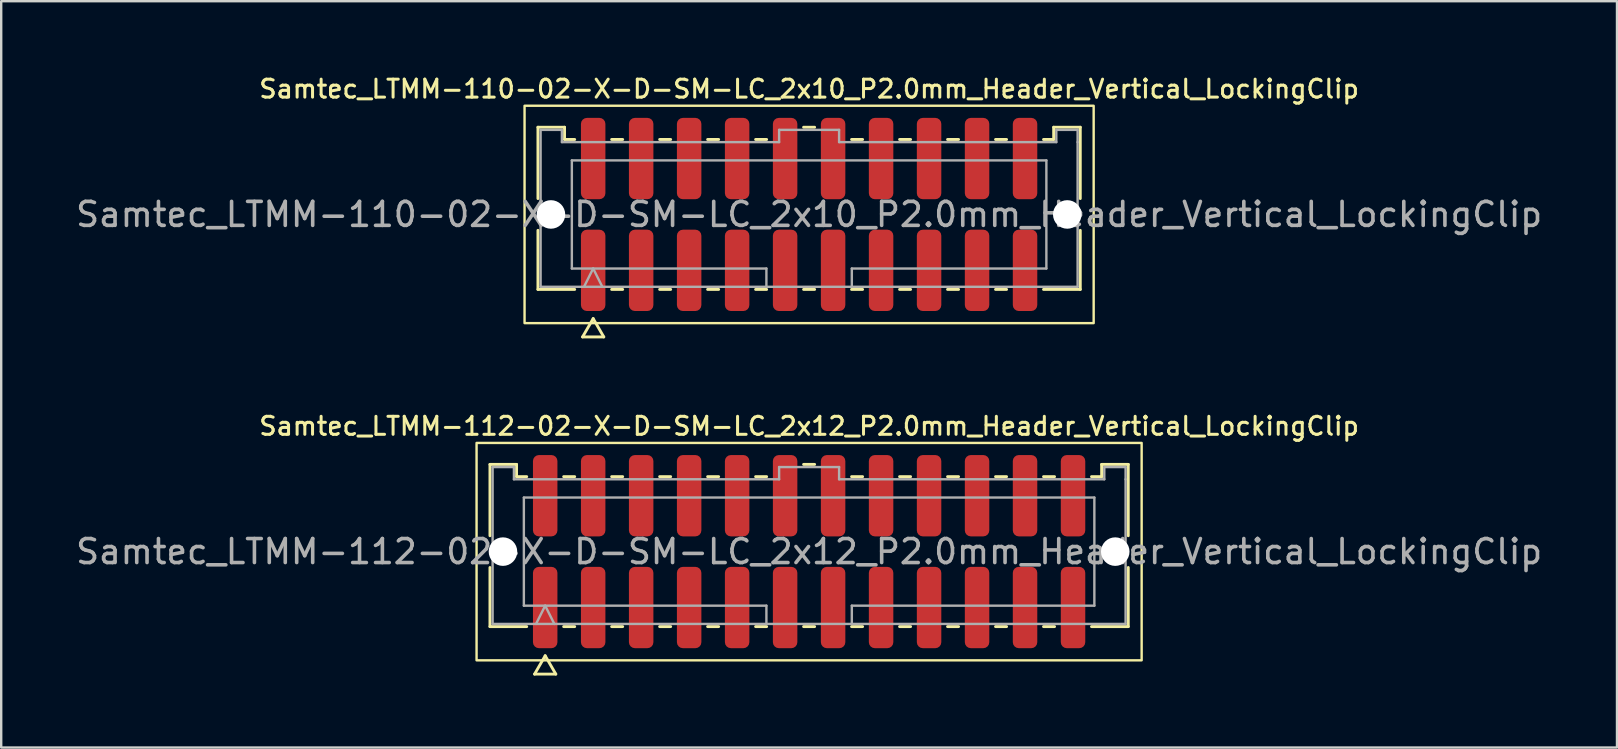
<source format=kicad_pcb>
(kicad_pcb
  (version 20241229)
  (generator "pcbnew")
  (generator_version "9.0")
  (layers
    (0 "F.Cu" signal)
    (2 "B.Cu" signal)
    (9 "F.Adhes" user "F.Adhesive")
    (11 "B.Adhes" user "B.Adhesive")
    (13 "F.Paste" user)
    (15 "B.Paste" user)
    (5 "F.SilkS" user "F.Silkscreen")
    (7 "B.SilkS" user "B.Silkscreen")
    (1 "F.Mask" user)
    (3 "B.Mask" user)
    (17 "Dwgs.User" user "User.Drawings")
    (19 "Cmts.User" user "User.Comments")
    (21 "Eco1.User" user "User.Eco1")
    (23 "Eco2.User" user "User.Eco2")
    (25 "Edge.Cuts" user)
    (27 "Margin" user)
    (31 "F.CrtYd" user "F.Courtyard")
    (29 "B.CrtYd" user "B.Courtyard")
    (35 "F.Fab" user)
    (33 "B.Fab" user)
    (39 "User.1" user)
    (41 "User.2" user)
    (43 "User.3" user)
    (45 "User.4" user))
  (footprint "Samtec_LTMM-110-02-X-D-SM-LC_2x10_P2.0mm_Header_Vertical_LockingClip"
    (layer "F.Cu")
    (at 30.673 5.888)
    (property "Reference" "Samtec_LTMM-110-02-X-D-SM-LC_2x10_P2.0mm_Header_Vertical_LockingClip" (at 0 -5.23 0) (layer "F.SilkS") (effects (font (size 0.75 0.75) (thickness 0.125))))
    (attr smd)
    (fp_line (start -11.302 -3.635) (end -10.193 -3.635) (stroke (width 0.12) (type solid)) (layer "F.SilkS"))
    (fp_line (start -11.302 -0.662) (end -11.302 -3.635) (stroke (width 0.12) (type solid)) (layer "F.SilkS"))
    (fp_line (start -11.302 3.125) (end -11.302 0.662) (stroke (width 0.12) (type solid)) (layer "F.SilkS"))
    (fp_line (start -10.193 -3.635) (end -10.193 -3.125) (stroke (width 0.12) (type solid)) (layer "F.SilkS"))
    (fp_line (start -10.193 -3.125) (end -9.77 -3.125) (stroke (width 0.12) (type solid)) (layer "F.SilkS"))
    (fp_line (start -9.77 3.125) (end -11.302 3.125) (stroke (width 0.12) (type solid)) (layer "F.SilkS"))
    (fp_line (start -9.442 5.105) (end -9 4.34) (stroke (width 0.12) (type solid)) (layer "F.SilkS"))
    (fp_line (start -9 4.34) (end -8.558 5.105) (stroke (width 0.12) (type solid)) (layer "F.SilkS"))
    (fp_line (start -8.558 5.105) (end -9.442 5.105) (stroke (width 0.12) (type solid)) (layer "F.SilkS"))
    (fp_line (start -8.23 -3.125) (end -7.77 -3.125) (stroke (width 0.12) (type solid)) (layer "F.SilkS"))
    (fp_line (start -7.77 3.125) (end -8.23 3.125) (stroke (width 0.12) (type solid)) (layer "F.SilkS"))
    (fp_line (start -6.23 -3.125) (end -5.77 -3.125) (stroke (width 0.12) (type solid)) (layer "F.SilkS"))
    (fp_line (start -5.77 3.125) (end -6.23 3.125) (stroke (width 0.12) (type solid)) (layer "F.SilkS"))
    (fp_line (start -4.23 -3.125) (end -3.77 -3.125) (stroke (width 0.12) (type solid)) (layer "F.SilkS"))
    (fp_line (start -3.77 3.125) (end -4.23 3.125) (stroke (width 0.12) (type solid)) (layer "F.SilkS"))
    (fp_line (start -2.23 -3.125) (end -1.77 -3.125) (stroke (width 0.12) (type solid)) (layer "F.SilkS"))
    (fp_line (start -1.77 3.125) (end -2.23 3.125) (stroke (width 0.12) (type solid)) (layer "F.SilkS"))
    (fp_line (start -0.23 -3.635) (end 0.23 -3.635) (stroke (width 0.12) (type solid)) (layer "F.SilkS"))
    (fp_line (start 0.23 3.125) (end -0.23 3.125) (stroke (width 0.12) (type solid)) (layer "F.SilkS"))
    (fp_line (start 1.77 -3.125) (end 2.23 -3.125) (stroke (width 0.12) (type solid)) (layer "F.SilkS"))
    (fp_line (start 2.23 3.125) (end 1.77 3.125) (stroke (width 0.12) (type solid)) (layer "F.SilkS"))
    (fp_line (start 3.77 -3.125) (end 4.23 -3.125) (stroke (width 0.12) (type solid)) (layer "F.SilkS"))
    (fp_line (start 4.23 3.125) (end 3.77 3.125) (stroke (width 0.12) (type solid)) (layer "F.SilkS"))
    (fp_line (start 5.77 -3.125) (end 6.23 -3.125) (stroke (width 0.12) (type solid)) (layer "F.SilkS"))
    (fp_line (start 6.23 3.125) (end 5.77 3.125) (stroke (width 0.12) (type solid)) (layer "F.SilkS"))
    (fp_line (start 7.77 -3.125) (end 8.23 -3.125) (stroke (width 0.12) (type solid)) (layer "F.SilkS"))
    (fp_line (start 8.23 3.125) (end 7.77 3.125) (stroke (width 0.12) (type solid)) (layer "F.SilkS"))
    (fp_line (start 9.77 -3.125) (end 10.193 -3.125) (stroke (width 0.12) (type solid)) (layer "F.SilkS"))
    (fp_line (start 10.193 -3.635) (end 11.302 -3.635) (stroke (width 0.12) (type solid)) (layer "F.SilkS"))
    (fp_line (start 10.193 -3.125) (end 10.193 -3.635) (stroke (width 0.12) (type solid)) (layer "F.SilkS"))
    (fp_line (start 11.302 -3.635) (end 11.302 -0.662) (stroke (width 0.12) (type solid)) (layer "F.SilkS"))
    (fp_line (start 11.302 0.662) (end 11.302 3.125) (stroke (width 0.12) (type solid)) (layer "F.SilkS"))
    (fp_line (start 11.302 3.125) (end 9.77 3.125) (stroke (width 0.12) (type solid)) (layer "F.SilkS"))
    (fp_rect (start -11.86 -4.53) (end 11.86 4.53) (stroke (width 0.1) (type solid)) (fill no) (layer "F.SilkS"))
    (fp_line (start -11.191 -3.525) (end -10.303 -3.525) (stroke (width 0.1) (type solid)) (layer "F.Fab"))
    (fp_line (start -11.191 3.015) (end -11.191 -3.525) (stroke (width 0.1) (type solid)) (layer "F.Fab"))
    (fp_line (start -10.303 -3.525) (end -10.303 -3.015) (stroke (width 0.1) (type solid)) (layer "F.Fab"))
    (fp_line (start -10.303 -3.015) (end -1.25 -3.015) (stroke (width 0.1) (type solid)) (layer "F.Fab"))
    (fp_line (start -9.889 -2.253) (end 9.889 -2.253) (stroke (width 0.1) (type solid)) (layer "F.Fab"))
    (fp_line (start -9.889 2.253) (end -9.889 -2.253) (stroke (width 0.1) (type solid)) (layer "F.Fab"))
    (fp_line (start -9.381 3.015) (end -9 2.253) (stroke (width 0.1) (type solid)) (layer "F.Fab"))
    (fp_line (start -9 2.253) (end -8.619 3.015) (stroke (width 0.1) (type solid)) (layer "F.Fab"))
    (fp_line (start -1.78 2.253) (end -9.889 2.253) (stroke (width 0.1) (type solid)) (layer "F.Fab"))
    (fp_line (start -1.78 3.015) (end -1.78 2.253) (stroke (width 0.1) (type solid)) (layer "F.Fab"))
    (fp_line (start -1.25 -3.525) (end 1.25 -3.525) (stroke (width 0.1) (type solid)) (layer "F.Fab"))
    (fp_line (start -1.25 -3.015) (end -1.25 -3.525) (stroke (width 0.1) (type solid)) (layer "F.Fab"))
    (fp_line (start 1.25 -3.525) (end 1.25 -3.015) (stroke (width 0.1) (type solid)) (layer "F.Fab"))
    (fp_line (start 1.25 -3.015) (end 10.303 -3.015) (stroke (width 0.1) (type solid)) (layer "F.Fab"))
    (fp_line (start 1.78 2.253) (end 1.78 3.015) (stroke (width 0.1) (type solid)) (layer "F.Fab"))
    (fp_line (start 9.889 -2.253) (end 9.889 2.253) (stroke (width 0.1) (type solid)) (layer "F.Fab"))
    (fp_line (start 9.889 2.253) (end 1.78 2.253) (stroke (width 0.1) (type solid)) (layer "F.Fab"))
    (fp_line (start 10.303 -3.525) (end 11.191 -3.525) (stroke (width 0.1) (type solid)) (layer "F.Fab"))
    (fp_line (start 10.303 -3.015) (end 10.303 -3.525) (stroke (width 0.1) (type solid)) (layer "F.Fab"))
    (fp_line (start 11.191 -3.525) (end 11.191 -3.015) (stroke (width 0.1) (type solid)) (layer "F.Fab"))
    (fp_line (start 11.191 -3.015) (end 11.191 3.015) (stroke (width 0.1) (type solid)) (layer "F.Fab"))
    (fp_line (start 11.191 3.015) (end -11.191 3.015) (stroke (width 0.1) (type solid)) (layer "F.Fab"))
    (fp_text user "${REFERENCE}" (at 0 0 0) (layer "F.Fab") (effects (font (size 1 1) (thickness 0.15))))
    (pad "" np_thru_hole circle (at -10.76 0) (size 1.19 1.19) (drill 1.19) (layers "*.Cu" "*.Mask"))
    (pad "" np_thru_hole circle (at 10.76 0) (size 1.19 1.19) (drill 1.19) (layers "*.Cu" "*.Mask"))
    (pad "1" smd roundrect (at -9 2.33) (size 1.02 3.39) (layers "F.Cu" "F.Mask" "F.Paste") (roundrect_rratio 0.245))
    (pad "2" smd roundrect (at -9 -2.33) (size 1.02 3.39) (layers "F.Cu" "F.Mask" "F.Paste") (roundrect_rratio 0.245))
    (pad "3" smd roundrect (at -7 2.33) (size 1.02 3.39) (layers "F.Cu" "F.Mask" "F.Paste") (roundrect_rratio 0.245))
    (pad "4" smd roundrect (at -7 -2.33) (size 1.02 3.39) (layers "F.Cu" "F.Mask" "F.Paste") (roundrect_rratio 0.245))
    (pad "5" smd roundrect (at -5 2.33) (size 1.02 3.39) (layers "F.Cu" "F.Mask" "F.Paste") (roundrect_rratio 0.245))
    (pad "6" smd roundrect (at -5 -2.33) (size 1.02 3.39) (layers "F.Cu" "F.Mask" "F.Paste") (roundrect_rratio 0.245))
    (pad "7" smd roundrect (at -3 2.33) (size 1.02 3.39) (layers "F.Cu" "F.Mask" "F.Paste") (roundrect_rratio 0.245))
    (pad "8" smd roundrect (at -3 -2.33) (size 1.02 3.39) (layers "F.Cu" "F.Mask" "F.Paste") (roundrect_rratio 0.245))
    (pad "9" smd roundrect (at -1 2.33) (size 1.02 3.39) (layers "F.Cu" "F.Mask" "F.Paste") (roundrect_rratio 0.245))
    (pad "10" smd roundrect (at -1 -2.33) (size 1.02 3.39) (layers "F.Cu" "F.Mask" "F.Paste") (roundrect_rratio 0.245))
    (pad "11" smd roundrect (at 1 2.33) (size 1.02 3.39) (layers "F.Cu" "F.Mask" "F.Paste") (roundrect_rratio 0.245))
    (pad "12" smd roundrect (at 1 -2.33) (size 1.02 3.39) (layers "F.Cu" "F.Mask" "F.Paste") (roundrect_rratio 0.245))
    (pad "13" smd roundrect (at 3 2.33) (size 1.02 3.39) (layers "F.Cu" "F.Mask" "F.Paste") (roundrect_rratio 0.245))
    (pad "14" smd roundrect (at 3 -2.33) (size 1.02 3.39) (layers "F.Cu" "F.Mask" "F.Paste") (roundrect_rratio 0.245))
    (pad "15" smd roundrect (at 5 2.33) (size 1.02 3.39) (layers "F.Cu" "F.Mask" "F.Paste") (roundrect_rratio 0.245))
    (pad "16" smd roundrect (at 5 -2.33) (size 1.02 3.39) (layers "F.Cu" "F.Mask" "F.Paste") (roundrect_rratio 0.245))
    (pad "17" smd roundrect (at 7 2.33) (size 1.02 3.39) (layers "F.Cu" "F.Mask" "F.Paste") (roundrect_rratio 0.245))
    (pad "18" smd roundrect (at 7 -2.33) (size 1.02 3.39) (layers "F.Cu" "F.Mask" "F.Paste") (roundrect_rratio 0.245))
    (pad "19" smd roundrect (at 9 2.33) (size 1.02 3.39) (layers "F.Cu" "F.Mask" "F.Paste") (roundrect_rratio 0.245))
    (pad "20" smd roundrect (at 9 -2.33) (size 1.02 3.39) (layers "F.Cu" "F.Mask" "F.Paste") (roundrect_rratio 0.245)))
  (footprint "Samtec_LTMM-112-02-X-D-SM-LC_2x12_P2.0mm_Header_Vertical_LockingClip"
    (layer "F.Cu")
    (at 30.673 19.941)
    (property "Reference" "Samtec_LTMM-112-02-X-D-SM-LC_2x12_P2.0mm_Header_Vertical_LockingClip" (at 0 -5.23 0) (layer "F.SilkS") (effects (font (size 0.75 0.75) (thickness 0.125))))
    (attr smd)
    (fp_line (start -13.302 -3.635) (end -12.193 -3.635) (stroke (width 0.12) (type solid)) (layer "F.SilkS"))
    (fp_line (start -13.302 -0.662) (end -13.302 -3.635) (stroke (width 0.12) (type solid)) (layer "F.SilkS"))
    (fp_line (start -13.302 3.125) (end -13.302 0.662) (stroke (width 0.12) (type solid)) (layer "F.SilkS"))
    (fp_line (start -12.193 -3.635) (end -12.193 -3.125) (stroke (width 0.12) (type solid)) (layer "F.SilkS"))
    (fp_line (start -12.193 -3.125) (end -11.77 -3.125) (stroke (width 0.12) (type solid)) (layer "F.SilkS"))
    (fp_line (start -11.77 3.125) (end -13.302 3.125) (stroke (width 0.12) (type solid)) (layer "F.SilkS"))
    (fp_line (start -11.442 5.105) (end -11 4.34) (stroke (width 0.12) (type solid)) (layer "F.SilkS"))
    (fp_line (start -11 4.34) (end -10.558 5.105) (stroke (width 0.12) (type solid)) (layer "F.SilkS"))
    (fp_line (start -10.558 5.105) (end -11.442 5.105) (stroke (width 0.12) (type solid)) (layer "F.SilkS"))
    (fp_line (start -10.23 -3.125) (end -9.77 -3.125) (stroke (width 0.12) (type solid)) (layer "F.SilkS"))
    (fp_line (start -9.77 3.125) (end -10.23 3.125) (stroke (width 0.12) (type solid)) (layer "F.SilkS"))
    (fp_line (start -8.23 -3.125) (end -7.77 -3.125) (stroke (width 0.12) (type solid)) (layer "F.SilkS"))
    (fp_line (start -7.77 3.125) (end -8.23 3.125) (stroke (width 0.12) (type solid)) (layer "F.SilkS"))
    (fp_line (start -6.23 -3.125) (end -5.77 -3.125) (stroke (width 0.12) (type solid)) (layer "F.SilkS"))
    (fp_line (start -5.77 3.125) (end -6.23 3.125) (stroke (width 0.12) (type solid)) (layer "F.SilkS"))
    (fp_line (start -4.23 -3.125) (end -3.77 -3.125) (stroke (width 0.12) (type solid)) (layer "F.SilkS"))
    (fp_line (start -3.77 3.125) (end -4.23 3.125) (stroke (width 0.12) (type solid)) (layer "F.SilkS"))
    (fp_line (start -2.23 -3.125) (end -1.77 -3.125) (stroke (width 0.12) (type solid)) (layer "F.SilkS"))
    (fp_line (start -1.77 3.125) (end -2.23 3.125) (stroke (width 0.12) (type solid)) (layer "F.SilkS"))
    (fp_line (start -0.23 -3.635) (end 0.23 -3.635) (stroke (width 0.12) (type solid)) (layer "F.SilkS"))
    (fp_line (start 0.23 3.125) (end -0.23 3.125) (stroke (width 0.12) (type solid)) (layer "F.SilkS"))
    (fp_line (start 1.77 -3.125) (end 2.23 -3.125) (stroke (width 0.12) (type solid)) (layer "F.SilkS"))
    (fp_line (start 2.23 3.125) (end 1.77 3.125) (stroke (width 0.12) (type solid)) (layer "F.SilkS"))
    (fp_line (start 3.77 -3.125) (end 4.23 -3.125) (stroke (width 0.12) (type solid)) (layer "F.SilkS"))
    (fp_line (start 4.23 3.125) (end 3.77 3.125) (stroke (width 0.12) (type solid)) (layer "F.SilkS"))
    (fp_line (start 5.77 -3.125) (end 6.23 -3.125) (stroke (width 0.12) (type solid)) (layer "F.SilkS"))
    (fp_line (start 6.23 3.125) (end 5.77 3.125) (stroke (width 0.12) (type solid)) (layer "F.SilkS"))
    (fp_line (start 7.77 -3.125) (end 8.23 -3.125) (stroke (width 0.12) (type solid)) (layer "F.SilkS"))
    (fp_line (start 8.23 3.125) (end 7.77 3.125) (stroke (width 0.12) (type solid)) (layer "F.SilkS"))
    (fp_line (start 9.77 -3.125) (end 10.23 -3.125) (stroke (width 0.12) (type solid)) (layer "F.SilkS"))
    (fp_line (start 10.23 3.125) (end 9.77 3.125) (stroke (width 0.12) (type solid)) (layer "F.SilkS"))
    (fp_line (start 11.77 -3.125) (end 12.193 -3.125) (stroke (width 0.12) (type solid)) (layer "F.SilkS"))
    (fp_line (start 12.193 -3.635) (end 13.302 -3.635) (stroke (width 0.12) (type solid)) (layer "F.SilkS"))
    (fp_line (start 12.193 -3.125) (end 12.193 -3.635) (stroke (width 0.12) (type solid)) (layer "F.SilkS"))
    (fp_line (start 13.302 -3.635) (end 13.302 -0.662) (stroke (width 0.12) (type solid)) (layer "F.SilkS"))
    (fp_line (start 13.302 0.662) (end 13.302 3.125) (stroke (width 0.12) (type solid)) (layer "F.SilkS"))
    (fp_line (start 13.302 3.125) (end 11.77 3.125) (stroke (width 0.12) (type solid)) (layer "F.SilkS"))
    (fp_rect (start -13.86 -4.53) (end 13.86 4.53) (stroke (width 0.1) (type solid)) (fill no) (layer "F.SilkS"))
    (fp_line (start -13.191 -3.525) (end -12.303 -3.525) (stroke (width 0.1) (type solid)) (layer "F.Fab"))
    (fp_line (start -13.191 3.015) (end -13.191 -3.525) (stroke (width 0.1) (type solid)) (layer "F.Fab"))
    (fp_line (start -12.303 -3.525) (end -12.303 -3.015) (stroke (width 0.1) (type solid)) (layer "F.Fab"))
    (fp_line (start -12.303 -3.015) (end -1.25 -3.015) (stroke (width 0.1) (type solid)) (layer "F.Fab"))
    (fp_line (start -11.889 -2.253) (end 11.889 -2.253) (stroke (width 0.1) (type solid)) (layer "F.Fab"))
    (fp_line (start -11.889 2.253) (end -11.889 -2.253) (stroke (width 0.1) (type solid)) (layer "F.Fab"))
    (fp_line (start -11.381 3.015) (end -11 2.253) (stroke (width 0.1) (type solid)) (layer "F.Fab"))
    (fp_line (start -11 2.253) (end -10.619 3.015) (stroke (width 0.1) (type solid)) (layer "F.Fab"))
    (fp_line (start -1.78 2.253) (end -11.889 2.253) (stroke (width 0.1) (type solid)) (layer "F.Fab"))
    (fp_line (start -1.78 3.015) (end -1.78 2.253) (stroke (width 0.1) (type solid)) (layer "F.Fab"))
    (fp_line (start -1.25 -3.525) (end 1.25 -3.525) (stroke (width 0.1) (type solid)) (layer "F.Fab"))
    (fp_line (start -1.25 -3.015) (end -1.25 -3.525) (stroke (width 0.1) (type solid)) (layer "F.Fab"))
    (fp_line (start 1.25 -3.525) (end 1.25 -3.015) (stroke (width 0.1) (type solid)) (layer "F.Fab"))
    (fp_line (start 1.25 -3.015) (end 12.303 -3.015) (stroke (width 0.1) (type solid)) (layer "F.Fab"))
    (fp_line (start 1.78 2.253) (end 1.78 3.015) (stroke (width 0.1) (type solid)) (layer "F.Fab"))
    (fp_line (start 11.889 -2.253) (end 11.889 2.253) (stroke (width 0.1) (type solid)) (layer "F.Fab"))
    (fp_line (start 11.889 2.253) (end 1.78 2.253) (stroke (width 0.1) (type solid)) (layer "F.Fab"))
    (fp_line (start 12.303 -3.525) (end 13.191 -3.525) (stroke (width 0.1) (type solid)) (layer "F.Fab"))
    (fp_line (start 12.303 -3.015) (end 12.303 -3.525) (stroke (width 0.1) (type solid)) (layer "F.Fab"))
    (fp_line (start 13.191 -3.525) (end 13.191 -3.015) (stroke (width 0.1) (type solid)) (layer "F.Fab"))
    (fp_line (start 13.191 -3.015) (end 13.191 3.015) (stroke (width 0.1) (type solid)) (layer "F.Fab"))
    (fp_line (start 13.191 3.015) (end -13.191 3.015) (stroke (width 0.1) (type solid)) (layer "F.Fab"))
    (fp_text user "${REFERENCE}" (at 0 0 0) (layer "F.Fab") (effects (font (size 1 1) (thickness 0.15))))
    (pad "" np_thru_hole circle (at -12.76 0) (size 1.19 1.19) (drill 1.19) (layers "*.Cu" "*.Mask"))
    (pad "" np_thru_hole circle (at 12.76 0) (size 1.19 1.19) (drill 1.19) (layers "*.Cu" "*.Mask"))
    (pad "1" smd roundrect (at -11 2.33) (size 1.02 3.39) (layers "F.Cu" "F.Mask" "F.Paste") (roundrect_rratio 0.245))
    (pad "2" smd roundrect (at -11 -2.33) (size 1.02 3.39) (layers "F.Cu" "F.Mask" "F.Paste") (roundrect_rratio 0.245))
    (pad "3" smd roundrect (at -9 2.33) (size 1.02 3.39) (layers "F.Cu" "F.Mask" "F.Paste") (roundrect_rratio 0.245))
    (pad "4" smd roundrect (at -9 -2.33) (size 1.02 3.39) (layers "F.Cu" "F.Mask" "F.Paste") (roundrect_rratio 0.245))
    (pad "5" smd roundrect (at -7 2.33) (size 1.02 3.39) (layers "F.Cu" "F.Mask" "F.Paste") (roundrect_rratio 0.245))
    (pad "6" smd roundrect (at -7 -2.33) (size 1.02 3.39) (layers "F.Cu" "F.Mask" "F.Paste") (roundrect_rratio 0.245))
    (pad "7" smd roundrect (at -5 2.33) (size 1.02 3.39) (layers "F.Cu" "F.Mask" "F.Paste") (roundrect_rratio 0.245))
    (pad "8" smd roundrect (at -5 -2.33) (size 1.02 3.39) (layers "F.Cu" "F.Mask" "F.Paste") (roundrect_rratio 0.245))
    (pad "9" smd roundrect (at -3 2.33) (size 1.02 3.39) (layers "F.Cu" "F.Mask" "F.Paste") (roundrect_rratio 0.245))
    (pad "10" smd roundrect (at -3 -2.33) (size 1.02 3.39) (layers "F.Cu" "F.Mask" "F.Paste") (roundrect_rratio 0.245))
    (pad "11" smd roundrect (at -1 2.33) (size 1.02 3.39) (layers "F.Cu" "F.Mask" "F.Paste") (roundrect_rratio 0.245))
    (pad "12" smd roundrect (at -1 -2.33) (size 1.02 3.39) (layers "F.Cu" "F.Mask" "F.Paste") (roundrect_rratio 0.245))
    (pad "13" smd roundrect (at 1 2.33) (size 1.02 3.39) (layers "F.Cu" "F.Mask" "F.Paste") (roundrect_rratio 0.245))
    (pad "14" smd roundrect (at 1 -2.33) (size 1.02 3.39) (layers "F.Cu" "F.Mask" "F.Paste") (roundrect_rratio 0.245))
    (pad "15" smd roundrect (at 3 2.33) (size 1.02 3.39) (layers "F.Cu" "F.Mask" "F.Paste") (roundrect_rratio 0.245))
    (pad "16" smd roundrect (at 3 -2.33) (size 1.02 3.39) (layers "F.Cu" "F.Mask" "F.Paste") (roundrect_rratio 0.245))
    (pad "17" smd roundrect (at 5 2.33) (size 1.02 3.39) (layers "F.Cu" "F.Mask" "F.Paste") (roundrect_rratio 0.245))
    (pad "18" smd roundrect (at 5 -2.33) (size 1.02 3.39) (layers "F.Cu" "F.Mask" "F.Paste") (roundrect_rratio 0.245))
    (pad "19" smd roundrect (at 7 2.33) (size 1.02 3.39) (layers "F.Cu" "F.Mask" "F.Paste") (roundrect_rratio 0.245))
    (pad "20" smd roundrect (at 7 -2.33) (size 1.02 3.39) (layers "F.Cu" "F.Mask" "F.Paste") (roundrect_rratio 0.245))
    (pad "21" smd roundrect (at 9 2.33) (size 1.02 3.39) (layers "F.Cu" "F.Mask" "F.Paste") (roundrect_rratio 0.245))
    (pad "22" smd roundrect (at 9 -2.33) (size 1.02 3.39) (layers "F.Cu" "F.Mask" "F.Paste") (roundrect_rratio 0.245))
    (pad "23" smd roundrect (at 11 2.33) (size 1.02 3.39) (layers "F.Cu" "F.Mask" "F.Paste") (roundrect_rratio 0.245))
    (pad "24" smd roundrect (at 11 -2.33) (size 1.02 3.39) (layers "F.Cu" "F.Mask" "F.Paste") (roundrect_rratio 0.245)))
  (gr_rect
    (start -3 -3)
    (end 64.345 28.106)
    (stroke (width 0.1) (type default))
    (fill no)
    (layer "Edge.Cuts")))
</source>
